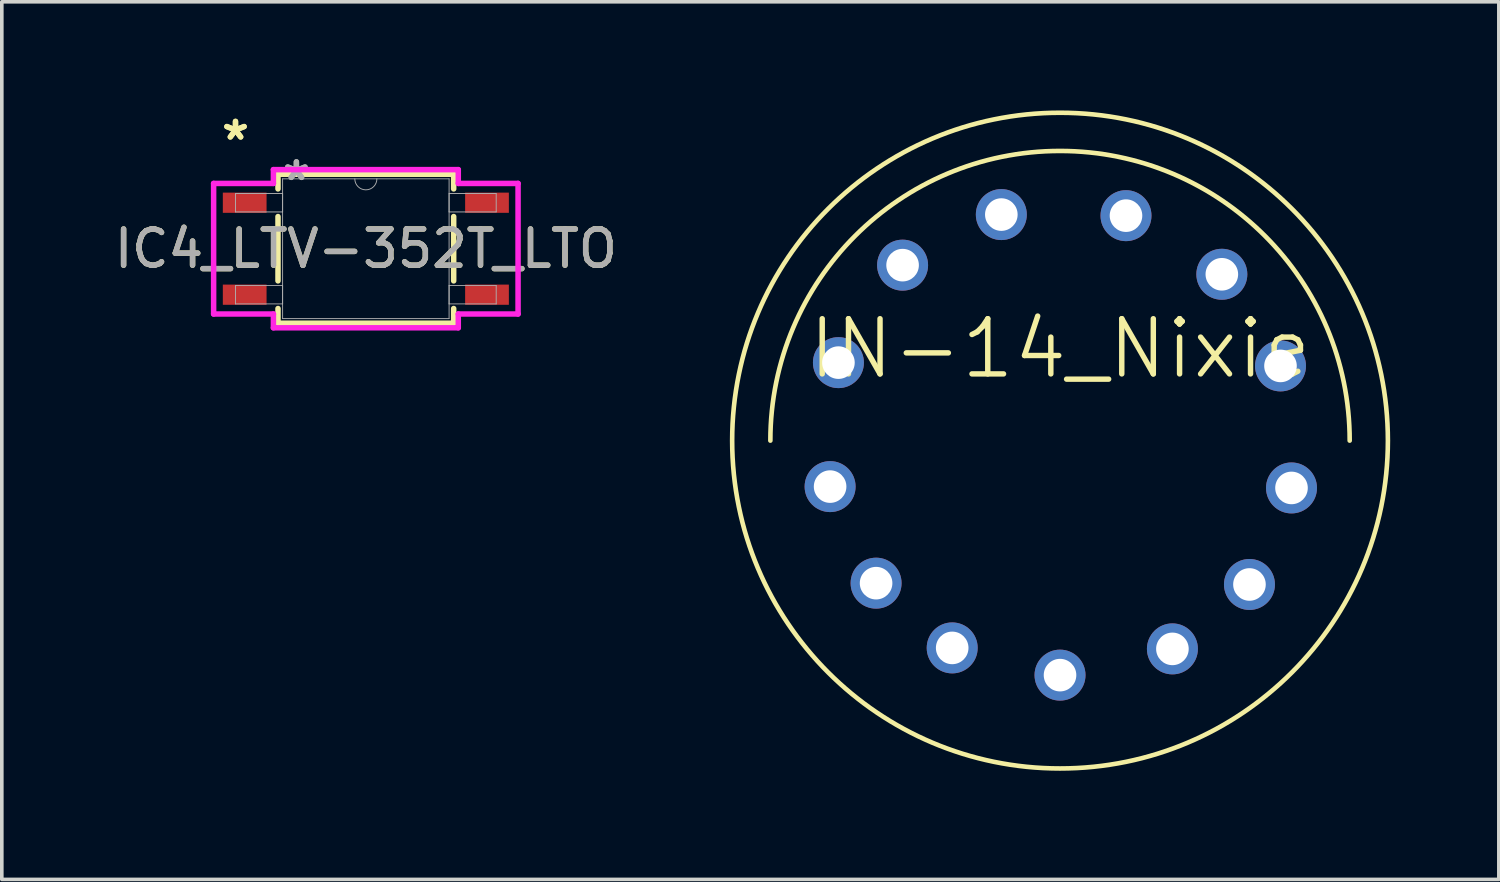
<source format=kicad_pcb>
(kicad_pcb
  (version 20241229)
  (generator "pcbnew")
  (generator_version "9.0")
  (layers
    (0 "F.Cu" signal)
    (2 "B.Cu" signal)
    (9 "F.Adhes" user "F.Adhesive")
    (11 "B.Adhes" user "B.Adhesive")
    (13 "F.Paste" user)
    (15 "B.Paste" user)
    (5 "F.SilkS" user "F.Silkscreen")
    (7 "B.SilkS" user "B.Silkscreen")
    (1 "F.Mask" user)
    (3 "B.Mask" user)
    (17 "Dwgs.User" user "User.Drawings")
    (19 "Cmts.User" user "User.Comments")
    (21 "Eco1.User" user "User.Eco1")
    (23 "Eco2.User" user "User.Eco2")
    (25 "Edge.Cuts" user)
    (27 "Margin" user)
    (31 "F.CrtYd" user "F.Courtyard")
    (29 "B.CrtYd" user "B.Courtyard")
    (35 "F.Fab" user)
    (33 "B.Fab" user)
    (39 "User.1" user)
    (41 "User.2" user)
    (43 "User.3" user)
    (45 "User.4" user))
  (footprint "IN-14_Nixie"
    (layer "F.Cu")
    (at 26.226 9.119)
    (property "Reference" "IN-14_Nixie" (at 0 -2.54 0) (layer "F.SilkS") (effects (font (size 1.524 1.524) (thickness 0.15))))
    (attr through_hole)
    (fp_arc (start -8 0) (mid 0 -8) (end 8 0) (stroke (width 0.127) (type solid)) (layer "F.SilkS"))
    (fp_circle (center 0 0) (end 9.055 0) (stroke (width 0.127) (type solid)) (fill no) (layer "F.SilkS"))
    (pad "1" thru_hole circle (at 0 6.477) (size 1.408 1.408) (drill 0.9) (layers "*.Cu" "*.Mask"))
    (pad "2" thru_hole circle (at 3.104 5.752) (size 1.408 1.408) (drill 0.9) (layers "*.Cu" "*.Mask"))
    (pad "3" thru_hole circle (at 5.232 3.973) (size 1.408 1.408) (drill 0.9) (layers "*.Cu" "*.Mask"))
    (pad "4" thru_hole circle (at 6.393 1.307) (size 1.408 1.408) (drill 0.9) (layers "*.Cu" "*.Mask"))
    (pad "5" thru_hole circle (at 6.089 -2.063) (size 1.408 1.408) (drill 0.9) (layers "*.Cu" "*.Mask"))
    (pad "6" thru_hole circle (at 4.469 -4.594) (size 1.408 1.408) (drill 0.9) (layers "*.Cu" "*.Mask"))
    (pad "7" thru_hole circle (at 1.822 -6.213 180) (size 1.408 1.408) (drill 0.9) (layers "*.Cu" "*.Mask"))
    (pad "8" thru_hole circle (at -1.621 -6.243 180) (size 1.408 1.408) (drill 0.9) (layers "*.Cu" "*.Mask"))
    (pad "9" thru_hole circle (at -4.348 -4.846) (size 1.408 1.408) (drill 0.9) (layers "*.Cu" "*.Mask"))
    (pad "10" thru_hole circle (at -6.12 -2.154) (size 1.408 1.408) (drill 0.9) (layers "*.Cu" "*.Mask"))
    (pad "11" thru_hole circle (at -6.35 1.27) (size 1.408 1.408) (drill 0.9) (layers "*.Cu" "*.Mask"))
    (pad "12" thru_hole circle (at -5.08 3.937) (size 1.408 1.408) (drill 0.9) (layers "*.Cu" "*.Mask"))
    (pad "13" thru_hole circle (at -2.978 5.725) (size 1.408 1.408) (drill 0.9) (layers "*.Cu" "*.Mask")))
  (footprint "IC4_LTV-352T_LTO"
    (layer "F.Cu")
    (at 7.054 3.819)
    (property "Reference" "IC4_LTV-352T_LTO" (at 0 0 0) (unlocked yes) (layer "F.SilkS") (effects (font (size 1 1) (thickness 0.15))))
    (attr smd)
    (fp_line (start -2.426 -2.057) (end -2.426 -1.652) (stroke (width 0.152) (type solid)) (layer "F.SilkS"))
    (fp_line (start -2.426 -0.888) (end -2.426 0.888) (stroke (width 0.152) (type solid)) (layer "F.SilkS"))
    (fp_line (start -2.426 1.652) (end -2.426 2.057) (stroke (width 0.152) (type solid)) (layer "F.SilkS"))
    (fp_line (start -2.426 2.057) (end 2.426 2.057) (stroke (width 0.152) (type solid)) (layer "F.SilkS"))
    (fp_line (start 2.426 -2.057) (end -2.426 -2.057) (stroke (width 0.152) (type solid)) (layer "F.SilkS"))
    (fp_line (start 2.426 -1.652) (end 2.426 -2.057) (stroke (width 0.152) (type solid)) (layer "F.SilkS"))
    (fp_line (start 2.426 0.888) (end 2.426 -0.888) (stroke (width 0.152) (type solid)) (layer "F.SilkS"))
    (fp_line (start 2.426 2.057) (end 2.426 1.652) (stroke (width 0.152) (type solid)) (layer "F.SilkS"))
    (fp_line (start -4.204 -1.803) (end -2.553 -1.803) (stroke (width 0.152) (type solid)) (layer "F.CrtYd"))
    (fp_line (start -4.204 1.803) (end -4.204 -1.803) (stroke (width 0.152) (type solid)) (layer "F.CrtYd"))
    (fp_line (start -4.204 1.803) (end -2.553 1.803) (stroke (width 0.152) (type solid)) (layer "F.CrtYd"))
    (fp_line (start -2.553 -2.184) (end 2.553 -2.184) (stroke (width 0.152) (type solid)) (layer "F.CrtYd"))
    (fp_line (start -2.553 -1.803) (end -2.553 -2.184) (stroke (width 0.152) (type solid)) (layer "F.CrtYd"))
    (fp_line (start -2.553 2.184) (end -2.553 1.803) (stroke (width 0.152) (type solid)) (layer "F.CrtYd"))
    (fp_line (start 2.553 -2.184) (end 2.553 -1.803) (stroke (width 0.152) (type solid)) (layer "F.CrtYd"))
    (fp_line (start 2.553 1.803) (end 2.553 2.184) (stroke (width 0.152) (type solid)) (layer "F.CrtYd"))
    (fp_line (start 2.553 2.184) (end -2.553 2.184) (stroke (width 0.152) (type solid)) (layer "F.CrtYd"))
    (fp_line (start 4.204 -1.803) (end 2.553 -1.803) (stroke (width 0.152) (type solid)) (layer "F.CrtYd"))
    (fp_line (start 4.204 -1.803) (end 4.204 1.803) (stroke (width 0.152) (type solid)) (layer "F.CrtYd"))
    (fp_line (start 4.204 1.803) (end 2.553 1.803) (stroke (width 0.152) (type solid)) (layer "F.CrtYd"))
    (fp_line (start -3.6 -1.524) (end -3.6 -1.016) (stroke (width 0.025) (type solid)) (layer "F.Fab"))
    (fp_line (start -3.6 -1.016) (end -2.299 -1.016) (stroke (width 0.025) (type solid)) (layer "F.Fab"))
    (fp_line (start -3.6 1.016) (end -3.6 1.524) (stroke (width 0.025) (type solid)) (layer "F.Fab"))
    (fp_line (start -3.6 1.524) (end -2.299 1.524) (stroke (width 0.025) (type solid)) (layer "F.Fab"))
    (fp_line (start -2.299 -1.93) (end -2.299 1.93) (stroke (width 0.025) (type solid)) (layer "F.Fab"))
    (fp_line (start -2.299 -1.524) (end -3.6 -1.524) (stroke (width 0.025) (type solid)) (layer "F.Fab"))
    (fp_line (start -2.299 -1.016) (end -2.299 -1.524) (stroke (width 0.025) (type solid)) (layer "F.Fab"))
    (fp_line (start -2.299 1.016) (end -3.6 1.016) (stroke (width 0.025) (type solid)) (layer "F.Fab"))
    (fp_line (start -2.299 1.524) (end -2.299 1.016) (stroke (width 0.025) (type solid)) (layer "F.Fab"))
    (fp_line (start -2.299 1.93) (end 2.299 1.93) (stroke (width 0.025) (type solid)) (layer "F.Fab"))
    (fp_line (start 2.299 -1.93) (end -2.299 -1.93) (stroke (width 0.025) (type solid)) (layer "F.Fab"))
    (fp_line (start 2.299 -1.524) (end 2.299 -1.016) (stroke (width 0.025) (type solid)) (layer "F.Fab"))
    (fp_line (start 2.299 -1.016) (end 3.6 -1.016) (stroke (width 0.025) (type solid)) (layer "F.Fab"))
    (fp_line (start 2.299 1.016) (end 2.299 1.524) (stroke (width 0.025) (type solid)) (layer "F.Fab"))
    (fp_line (start 2.299 1.524) (end 3.6 1.524) (stroke (width 0.025) (type solid)) (layer "F.Fab"))
    (fp_line (start 2.299 1.93) (end 2.299 -1.93) (stroke (width 0.025) (type solid)) (layer "F.Fab"))
    (fp_line (start 3.6 -1.524) (end 2.299 -1.524) (stroke (width 0.025) (type solid)) (layer "F.Fab"))
    (fp_line (start 3.6 -1.016) (end 3.6 -1.524) (stroke (width 0.025) (type solid)) (layer "F.Fab"))
    (fp_line (start 3.6 1.016) (end 2.299 1.016) (stroke (width 0.025) (type solid)) (layer "F.Fab"))
    (fp_line (start 3.6 1.524) (end 3.6 1.016) (stroke (width 0.025) (type solid)) (layer "F.Fab"))
    (fp_arc (start 0.3048 -1.9304) (mid 0 -1.6256) (end -0.3048 -1.9304) (stroke (width 0.0254) (type solid)) (layer "F.Fab"))
    (fp_text user "*" (at -3.6 -2.971 0) (layer "F.SilkS") (effects (font (size 1 1) (thickness 0.15))))
    (fp_text user "*" (at -3.6 -2.971 0) (unlocked yes) (layer "F.SilkS") (effects (font (size 1 1) (thickness 0.15))))
    (fp_text user "${REFERENCE}" (at 0 0 0) (unlocked yes) (layer "F.Fab") (effects (font (size 1 1) (thickness 0.15))))
    (fp_text user "*" (at -1.918 -1.854 0) (unlocked yes) (layer "F.Fab") (effects (font (size 1 1) (thickness 0.15))))
    (fp_text user "*" (at -1.918 -1.854 0) (layer "F.Fab") (effects (font (size 1 1) (thickness 0.15))))
    (pad "1" smd rect (at -3.346 -1.27) (size 1.208 0.558) (layers "F.Cu" "F.Mask" "F.Paste"))
    (pad "2" smd rect (at -3.346 1.27) (size 1.208 0.558) (layers "F.Cu" "F.Mask" "F.Paste"))
    (pad "3" smd rect (at 3.346 1.27) (size 1.208 0.558) (layers "F.Cu" "F.Mask" "F.Paste"))
    (pad "4" smd rect (at 3.346 -1.27) (size 1.208 0.558) (layers "F.Cu" "F.Mask" "F.Paste")))
  (gr_rect
    (start -3 -3)
    (end 38.345 21.238)
    (stroke (width 0.1) (type default))
    (fill no)
    (layer "Edge.Cuts")))
</source>
